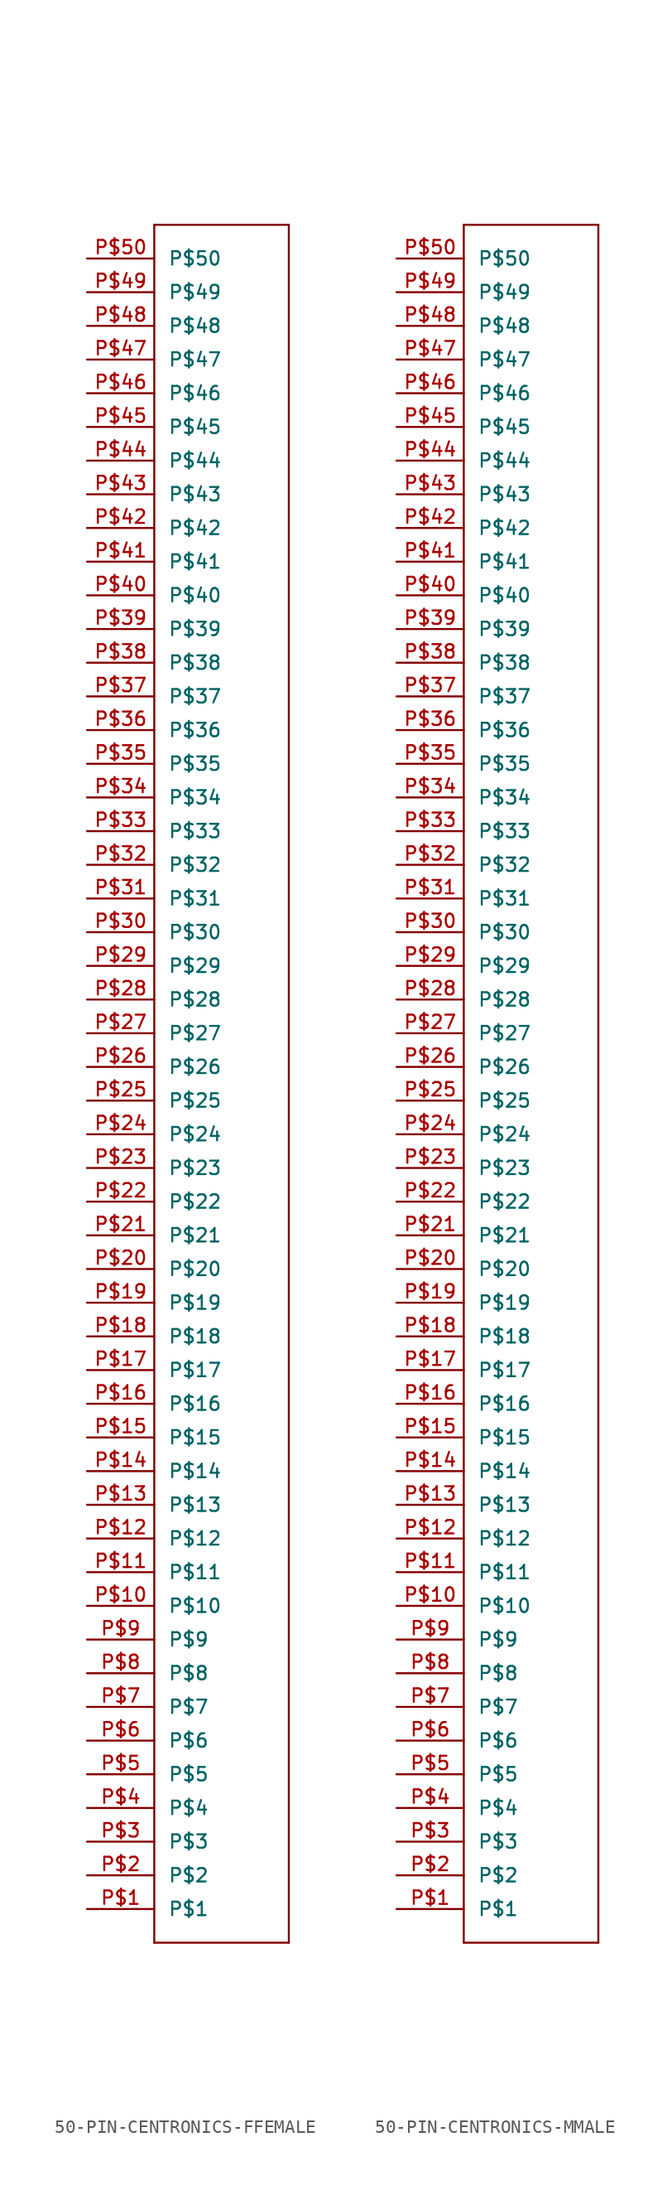
<source format=kicad_sym>
(kicad_symbol_lib
  (version 20211014)
  (generator kicad_symbol_editor)
  (symbol "50-PIN-CENTRONICS-FFEMALE"
    (pin_names
      (offset 1.016))
    (property "Reference" "M"
      (at 0 0 0)
      (effects (font (size 1.27 1.27)) hide))
    (property "Datasheet" ""
      (at 0 0 0)
      (effects (font (size 1.524 1.524))))
    (property "ki_locked" ""
      (at 0 0 0)
      (effects (font (size 1.27 1.27))))
    (symbol "50-PIN-CENTRONICS-FFEMALE_1_0"
      (polyline (pts (xy 2.54 -2.54) (xy 12.7 -2.54)) (stroke (width 0) (type default) (color 0 0 0 0)) (fill (type none)))
      (polyline (pts (xy 2.54 127) (xy 2.54 -2.54)) (stroke (width 0) (type default) (color 0 0 0 0)) (fill (type none)))
      (polyline (pts (xy 12.7 -2.54) (xy 12.7 127)) (stroke (width 0) (type default) (color 0 0 0 0)) (fill (type none)))
      (polyline (pts (xy 12.7 127) (xy 2.54 127)) (stroke (width 0) (type default) (color 0 0 0 0)) (fill (type none))))
    (symbol "50-PIN-CENTRONICS-FFEMALE_1_1"
      (pin bidirectional line (at -2.54 0 0) (length 5.08) (name "P$1" (effects (font (size 1.016 1.016)))) (number "P$1" (effects (font (size 1.016 1.016)))))
      (pin bidirectional line (at -2.54 22.86 0) (length 5.08) (name "P$10" (effects (font (size 1.016 1.016)))) (number "P$10" (effects (font (size 1.016 1.016)))))
      (pin bidirectional line (at -2.54 25.4 0) (length 5.08) (name "P$11" (effects (font (size 1.016 1.016)))) (number "P$11" (effects (font (size 1.016 1.016)))))
      (pin bidirectional line (at -2.54 27.94 0) (length 5.08) (name "P$12" (effects (font (size 1.016 1.016)))) (number "P$12" (effects (font (size 1.016 1.016)))))
      (pin bidirectional line (at -2.54 30.48 0) (length 5.08) (name "P$13" (effects (font (size 1.016 1.016)))) (number "P$13" (effects (font (size 1.016 1.016)))))
      (pin bidirectional line (at -2.54 33.02 0) (length 5.08) (name "P$14" (effects (font (size 1.016 1.016)))) (number "P$14" (effects (font (size 1.016 1.016)))))
      (pin bidirectional line (at -2.54 35.56 0) (length 5.08) (name "P$15" (effects (font (size 1.016 1.016)))) (number "P$15" (effects (font (size 1.016 1.016)))))
      (pin bidirectional line (at -2.54 38.1 0) (length 5.08) (name "P$16" (effects (font (size 1.016 1.016)))) (number "P$16" (effects (font (size 1.016 1.016)))))
      (pin bidirectional line (at -2.54 40.64 0) (length 5.08) (name "P$17" (effects (font (size 1.016 1.016)))) (number "P$17" (effects (font (size 1.016 1.016)))))
      (pin bidirectional line (at -2.54 43.18 0) (length 5.08) (name "P$18" (effects (font (size 1.016 1.016)))) (number "P$18" (effects (font (size 1.016 1.016)))))
      (pin bidirectional line (at -2.54 45.72 0) (length 5.08) (name "P$19" (effects (font (size 1.016 1.016)))) (number "P$19" (effects (font (size 1.016 1.016)))))
      (pin bidirectional line (at -2.54 2.54 0) (length 5.08) (name "P$2" (effects (font (size 1.016 1.016)))) (number "P$2" (effects (font (size 1.016 1.016)))))
      (pin bidirectional line (at -2.54 48.26 0) (length 5.08) (name "P$20" (effects (font (size 1.016 1.016)))) (number "P$20" (effects (font (size 1.016 1.016)))))
      (pin bidirectional line (at -2.54 50.8 0) (length 5.08) (name "P$21" (effects (font (size 1.016 1.016)))) (number "P$21" (effects (font (size 1.016 1.016)))))
      (pin bidirectional line (at -2.54 53.34 0) (length 5.08) (name "P$22" (effects (font (size 1.016 1.016)))) (number "P$22" (effects (font (size 1.016 1.016)))))
      (pin bidirectional line (at -2.54 55.88 0) (length 5.08) (name "P$23" (effects (font (size 1.016 1.016)))) (number "P$23" (effects (font (size 1.016 1.016)))))
      (pin bidirectional line (at -2.54 58.42 0) (length 5.08) (name "P$24" (effects (font (size 1.016 1.016)))) (number "P$24" (effects (font (size 1.016 1.016)))))
      (pin bidirectional line (at -2.54 60.96 0) (length 5.08) (name "P$25" (effects (font (size 1.016 1.016)))) (number "P$25" (effects (font (size 1.016 1.016)))))
      (pin bidirectional line (at -2.54 63.5 0) (length 5.08) (name "P$26" (effects (font (size 1.016 1.016)))) (number "P$26" (effects (font (size 1.016 1.016)))))
      (pin bidirectional line (at -2.54 66.04 0) (length 5.08) (name "P$27" (effects (font (size 1.016 1.016)))) (number "P$27" (effects (font (size 1.016 1.016)))))
      (pin bidirectional line (at -2.54 68.58 0) (length 5.08) (name "P$28" (effects (font (size 1.016 1.016)))) (number "P$28" (effects (font (size 1.016 1.016)))))
      (pin bidirectional line (at -2.54 71.12 0) (length 5.08) (name "P$29" (effects (font (size 1.016 1.016)))) (number "P$29" (effects (font (size 1.016 1.016)))))
      (pin bidirectional line (at -2.54 5.08 0) (length 5.08) (name "P$3" (effects (font (size 1.016 1.016)))) (number "P$3" (effects (font (size 1.016 1.016)))))
      (pin bidirectional line (at -2.54 73.66 0) (length 5.08) (name "P$30" (effects (font (size 1.016 1.016)))) (number "P$30" (effects (font (size 1.016 1.016)))))
      (pin bidirectional line (at -2.54 76.2 0) (length 5.08) (name "P$31" (effects (font (size 1.016 1.016)))) (number "P$31" (effects (font (size 1.016 1.016)))))
      (pin bidirectional line (at -2.54 78.74 0) (length 5.08) (name "P$32" (effects (font (size 1.016 1.016)))) (number "P$32" (effects (font (size 1.016 1.016)))))
      (pin bidirectional line (at -2.54 81.28 0) (length 5.08) (name "P$33" (effects (font (size 1.016 1.016)))) (number "P$33" (effects (font (size 1.016 1.016)))))
      (pin bidirectional line (at -2.54 83.82 0) (length 5.08) (name "P$34" (effects (font (size 1.016 1.016)))) (number "P$34" (effects (font (size 1.016 1.016)))))
      (pin bidirectional line (at -2.54 86.36 0) (length 5.08) (name "P$35" (effects (font (size 1.016 1.016)))) (number "P$35" (effects (font (size 1.016 1.016)))))
      (pin bidirectional line (at -2.54 88.9 0) (length 5.08) (name "P$36" (effects (font (size 1.016 1.016)))) (number "P$36" (effects (font (size 1.016 1.016)))))
      (pin bidirectional line (at -2.54 91.44 0) (length 5.08) (name "P$37" (effects (font (size 1.016 1.016)))) (number "P$37" (effects (font (size 1.016 1.016)))))
      (pin bidirectional line (at -2.54 93.98 0) (length 5.08) (name "P$38" (effects (font (size 1.016 1.016)))) (number "P$38" (effects (font (size 1.016 1.016)))))
      (pin bidirectional line (at -2.54 96.52 0) (length 5.08) (name "P$39" (effects (font (size 1.016 1.016)))) (number "P$39" (effects (font (size 1.016 1.016)))))
      (pin bidirectional line (at -2.54 7.62 0) (length 5.08) (name "P$4" (effects (font (size 1.016 1.016)))) (number "P$4" (effects (font (size 1.016 1.016)))))
      (pin bidirectional line (at -2.54 99.06 0) (length 5.08) (name "P$40" (effects (font (size 1.016 1.016)))) (number "P$40" (effects (font (size 1.016 1.016)))))
      (pin bidirectional line (at -2.54 101.6 0) (length 5.08) (name "P$41" (effects (font (size 1.016 1.016)))) (number "P$41" (effects (font (size 1.016 1.016)))))
      (pin bidirectional line (at -2.54 104.14 0) (length 5.08) (name "P$42" (effects (font (size 1.016 1.016)))) (number "P$42" (effects (font (size 1.016 1.016)))))
      (pin bidirectional line (at -2.54 106.68 0) (length 5.08) (name "P$43" (effects (font (size 1.016 1.016)))) (number "P$43" (effects (font (size 1.016 1.016)))))
      (pin bidirectional line (at -2.54 109.22 0) (length 5.08) (name "P$44" (effects (font (size 1.016 1.016)))) (number "P$44" (effects (font (size 1.016 1.016)))))
      (pin bidirectional line (at -2.54 111.76 0) (length 5.08) (name "P$45" (effects (font (size 1.016 1.016)))) (number "P$45" (effects (font (size 1.016 1.016)))))
      (pin bidirectional line (at -2.54 114.3 0) (length 5.08) (name "P$46" (effects (font (size 1.016 1.016)))) (number "P$46" (effects (font (size 1.016 1.016)))))
      (pin bidirectional line (at -2.54 116.84 0) (length 5.08) (name "P$47" (effects (font (size 1.016 1.016)))) (number "P$47" (effects (font (size 1.016 1.016)))))
      (pin bidirectional line (at -2.54 119.38 0) (length 5.08) (name "P$48" (effects (font (size 1.016 1.016)))) (number "P$48" (effects (font (size 1.016 1.016)))))
      (pin bidirectional line (at -2.54 121.92 0) (length 5.08) (name "P$49" (effects (font (size 1.016 1.016)))) (number "P$49" (effects (font (size 1.016 1.016)))))
      (pin bidirectional line (at -2.54 10.16 0) (length 5.08) (name "P$5" (effects (font (size 1.016 1.016)))) (number "P$5" (effects (font (size 1.016 1.016)))))
      (pin bidirectional line (at -2.54 124.46 0) (length 5.08) (name "P$50" (effects (font (size 1.016 1.016)))) (number "P$50" (effects (font (size 1.016 1.016)))))
      (pin bidirectional line (at -2.54 12.7 0) (length 5.08) (name "P$6" (effects (font (size 1.016 1.016)))) (number "P$6" (effects (font (size 1.016 1.016)))))
      (pin bidirectional line (at -2.54 15.24 0) (length 5.08) (name "P$7" (effects (font (size 1.016 1.016)))) (number "P$7" (effects (font (size 1.016 1.016)))))
      (pin bidirectional line (at -2.54 17.78 0) (length 5.08) (name "P$8" (effects (font (size 1.016 1.016)))) (number "P$8" (effects (font (size 1.016 1.016)))))
      (pin bidirectional line (at -2.54 20.32 0) (length 5.08) (name "P$9" (effects (font (size 1.016 1.016)))) (number "P$9" (effects (font (size 1.016 1.016)))))))
  (symbol "50-PIN-CENTRONICS-MMALE"
    (pin_names
      (offset 1.016))
    (property "Reference" "M"
      (at 0 0 0)
      (effects (font (size 1.27 1.27)) hide))
    (property "Datasheet" ""
      (at 0 0 0)
      (effects (font (size 1.524 1.524))))
    (property "ki_locked" ""
      (at 0 0 0)
      (effects (font (size 1.27 1.27))))
    (symbol "50-PIN-CENTRONICS-MMALE_1_0"
      (polyline (pts (xy 2.54 -2.54) (xy 12.7 -2.54)) (stroke (width 0) (type default) (color 0 0 0 0)) (fill (type none)))
      (polyline (pts (xy 2.54 127) (xy 2.54 -2.54)) (stroke (width 0) (type default) (color 0 0 0 0)) (fill (type none)))
      (polyline (pts (xy 12.7 -2.54) (xy 12.7 127)) (stroke (width 0) (type default) (color 0 0 0 0)) (fill (type none)))
      (polyline (pts (xy 12.7 127) (xy 2.54 127)) (stroke (width 0) (type default) (color 0 0 0 0)) (fill (type none))))
    (symbol "50-PIN-CENTRONICS-MMALE_1_1"
      (pin bidirectional line (at -2.54 0 0) (length 5.08) (name "P$1" (effects (font (size 1.016 1.016)))) (number "P$1" (effects (font (size 1.016 1.016)))))
      (pin bidirectional line (at -2.54 22.86 0) (length 5.08) (name "P$10" (effects (font (size 1.016 1.016)))) (number "P$10" (effects (font (size 1.016 1.016)))))
      (pin bidirectional line (at -2.54 25.4 0) (length 5.08) (name "P$11" (effects (font (size 1.016 1.016)))) (number "P$11" (effects (font (size 1.016 1.016)))))
      (pin bidirectional line (at -2.54 27.94 0) (length 5.08) (name "P$12" (effects (font (size 1.016 1.016)))) (number "P$12" (effects (font (size 1.016 1.016)))))
      (pin bidirectional line (at -2.54 30.48 0) (length 5.08) (name "P$13" (effects (font (size 1.016 1.016)))) (number "P$13" (effects (font (size 1.016 1.016)))))
      (pin bidirectional line (at -2.54 33.02 0) (length 5.08) (name "P$14" (effects (font (size 1.016 1.016)))) (number "P$14" (effects (font (size 1.016 1.016)))))
      (pin bidirectional line (at -2.54 35.56 0) (length 5.08) (name "P$15" (effects (font (size 1.016 1.016)))) (number "P$15" (effects (font (size 1.016 1.016)))))
      (pin bidirectional line (at -2.54 38.1 0) (length 5.08) (name "P$16" (effects (font (size 1.016 1.016)))) (number "P$16" (effects (font (size 1.016 1.016)))))
      (pin bidirectional line (at -2.54 40.64 0) (length 5.08) (name "P$17" (effects (font (size 1.016 1.016)))) (number "P$17" (effects (font (size 1.016 1.016)))))
      (pin bidirectional line (at -2.54 43.18 0) (length 5.08) (name "P$18" (effects (font (size 1.016 1.016)))) (number "P$18" (effects (font (size 1.016 1.016)))))
      (pin bidirectional line (at -2.54 45.72 0) (length 5.08) (name "P$19" (effects (font (size 1.016 1.016)))) (number "P$19" (effects (font (size 1.016 1.016)))))
      (pin bidirectional line (at -2.54 2.54 0) (length 5.08) (name "P$2" (effects (font (size 1.016 1.016)))) (number "P$2" (effects (font (size 1.016 1.016)))))
      (pin bidirectional line (at -2.54 48.26 0) (length 5.08) (name "P$20" (effects (font (size 1.016 1.016)))) (number "P$20" (effects (font (size 1.016 1.016)))))
      (pin bidirectional line (at -2.54 50.8 0) (length 5.08) (name "P$21" (effects (font (size 1.016 1.016)))) (number "P$21" (effects (font (size 1.016 1.016)))))
      (pin bidirectional line (at -2.54 53.34 0) (length 5.08) (name "P$22" (effects (font (size 1.016 1.016)))) (number "P$22" (effects (font (size 1.016 1.016)))))
      (pin bidirectional line (at -2.54 55.88 0) (length 5.08) (name "P$23" (effects (font (size 1.016 1.016)))) (number "P$23" (effects (font (size 1.016 1.016)))))
      (pin bidirectional line (at -2.54 58.42 0) (length 5.08) (name "P$24" (effects (font (size 1.016 1.016)))) (number "P$24" (effects (font (size 1.016 1.016)))))
      (pin bidirectional line (at -2.54 60.96 0) (length 5.08) (name "P$25" (effects (font (size 1.016 1.016)))) (number "P$25" (effects (font (size 1.016 1.016)))))
      (pin bidirectional line (at -2.54 63.5 0) (length 5.08) (name "P$26" (effects (font (size 1.016 1.016)))) (number "P$26" (effects (font (size 1.016 1.016)))))
      (pin bidirectional line (at -2.54 66.04 0) (length 5.08) (name "P$27" (effects (font (size 1.016 1.016)))) (number "P$27" (effects (font (size 1.016 1.016)))))
      (pin bidirectional line (at -2.54 68.58 0) (length 5.08) (name "P$28" (effects (font (size 1.016 1.016)))) (number "P$28" (effects (font (size 1.016 1.016)))))
      (pin bidirectional line (at -2.54 71.12 0) (length 5.08) (name "P$29" (effects (font (size 1.016 1.016)))) (number "P$29" (effects (font (size 1.016 1.016)))))
      (pin bidirectional line (at -2.54 5.08 0) (length 5.08) (name "P$3" (effects (font (size 1.016 1.016)))) (number "P$3" (effects (font (size 1.016 1.016)))))
      (pin bidirectional line (at -2.54 73.66 0) (length 5.08) (name "P$30" (effects (font (size 1.016 1.016)))) (number "P$30" (effects (font (size 1.016 1.016)))))
      (pin bidirectional line (at -2.54 76.2 0) (length 5.08) (name "P$31" (effects (font (size 1.016 1.016)))) (number "P$31" (effects (font (size 1.016 1.016)))))
      (pin bidirectional line (at -2.54 78.74 0) (length 5.08) (name "P$32" (effects (font (size 1.016 1.016)))) (number "P$32" (effects (font (size 1.016 1.016)))))
      (pin bidirectional line (at -2.54 81.28 0) (length 5.08) (name "P$33" (effects (font (size 1.016 1.016)))) (number "P$33" (effects (font (size 1.016 1.016)))))
      (pin bidirectional line (at -2.54 83.82 0) (length 5.08) (name "P$34" (effects (font (size 1.016 1.016)))) (number "P$34" (effects (font (size 1.016 1.016)))))
      (pin bidirectional line (at -2.54 86.36 0) (length 5.08) (name "P$35" (effects (font (size 1.016 1.016)))) (number "P$35" (effects (font (size 1.016 1.016)))))
      (pin bidirectional line (at -2.54 88.9 0) (length 5.08) (name "P$36" (effects (font (size 1.016 1.016)))) (number "P$36" (effects (font (size 1.016 1.016)))))
      (pin bidirectional line (at -2.54 91.44 0) (length 5.08) (name "P$37" (effects (font (size 1.016 1.016)))) (number "P$37" (effects (font (size 1.016 1.016)))))
      (pin bidirectional line (at -2.54 93.98 0) (length 5.08) (name "P$38" (effects (font (size 1.016 1.016)))) (number "P$38" (effects (font (size 1.016 1.016)))))
      (pin bidirectional line (at -2.54 96.52 0) (length 5.08) (name "P$39" (effects (font (size 1.016 1.016)))) (number "P$39" (effects (font (size 1.016 1.016)))))
      (pin bidirectional line (at -2.54 7.62 0) (length 5.08) (name "P$4" (effects (font (size 1.016 1.016)))) (number "P$4" (effects (font (size 1.016 1.016)))))
      (pin bidirectional line (at -2.54 99.06 0) (length 5.08) (name "P$40" (effects (font (size 1.016 1.016)))) (number "P$40" (effects (font (size 1.016 1.016)))))
      (pin bidirectional line (at -2.54 101.6 0) (length 5.08) (name "P$41" (effects (font (size 1.016 1.016)))) (number "P$41" (effects (font (size 1.016 1.016)))))
      (pin bidirectional line (at -2.54 104.14 0) (length 5.08) (name "P$42" (effects (font (size 1.016 1.016)))) (number "P$42" (effects (font (size 1.016 1.016)))))
      (pin bidirectional line (at -2.54 106.68 0) (length 5.08) (name "P$43" (effects (font (size 1.016 1.016)))) (number "P$43" (effects (font (size 1.016 1.016)))))
      (pin bidirectional line (at -2.54 109.22 0) (length 5.08) (name "P$44" (effects (font (size 1.016 1.016)))) (number "P$44" (effects (font (size 1.016 1.016)))))
      (pin bidirectional line (at -2.54 111.76 0) (length 5.08) (name "P$45" (effects (font (size 1.016 1.016)))) (number "P$45" (effects (font (size 1.016 1.016)))))
      (pin bidirectional line (at -2.54 114.3 0) (length 5.08) (name "P$46" (effects (font (size 1.016 1.016)))) (number "P$46" (effects (font (size 1.016 1.016)))))
      (pin bidirectional line (at -2.54 116.84 0) (length 5.08) (name "P$47" (effects (font (size 1.016 1.016)))) (number "P$47" (effects (font (size 1.016 1.016)))))
      (pin bidirectional line (at -2.54 119.38 0) (length 5.08) (name "P$48" (effects (font (size 1.016 1.016)))) (number "P$48" (effects (font (size 1.016 1.016)))))
      (pin bidirectional line (at -2.54 121.92 0) (length 5.08) (name "P$49" (effects (font (size 1.016 1.016)))) (number "P$49" (effects (font (size 1.016 1.016)))))
      (pin bidirectional line (at -2.54 10.16 0) (length 5.08) (name "P$5" (effects (font (size 1.016 1.016)))) (number "P$5" (effects (font (size 1.016 1.016)))))
      (pin bidirectional line (at -2.54 124.46 0) (length 5.08) (name "P$50" (effects (font (size 1.016 1.016)))) (number "P$50" (effects (font (size 1.016 1.016)))))
      (pin bidirectional line (at -2.54 12.7 0) (length 5.08) (name "P$6" (effects (font (size 1.016 1.016)))) (number "P$6" (effects (font (size 1.016 1.016)))))
      (pin bidirectional line (at -2.54 15.24 0) (length 5.08) (name "P$7" (effects (font (size 1.016 1.016)))) (number "P$7" (effects (font (size 1.016 1.016)))))
      (pin bidirectional line (at -2.54 17.78 0) (length 5.08) (name "P$8" (effects (font (size 1.016 1.016)))) (number "P$8" (effects (font (size 1.016 1.016)))))
      (pin bidirectional line (at -2.54 20.32 0) (length 5.08) (name "P$9" (effects (font (size 1.016 1.016)))) (number "P$9" (effects (font (size 1.016 1.016))))))))
</source>
